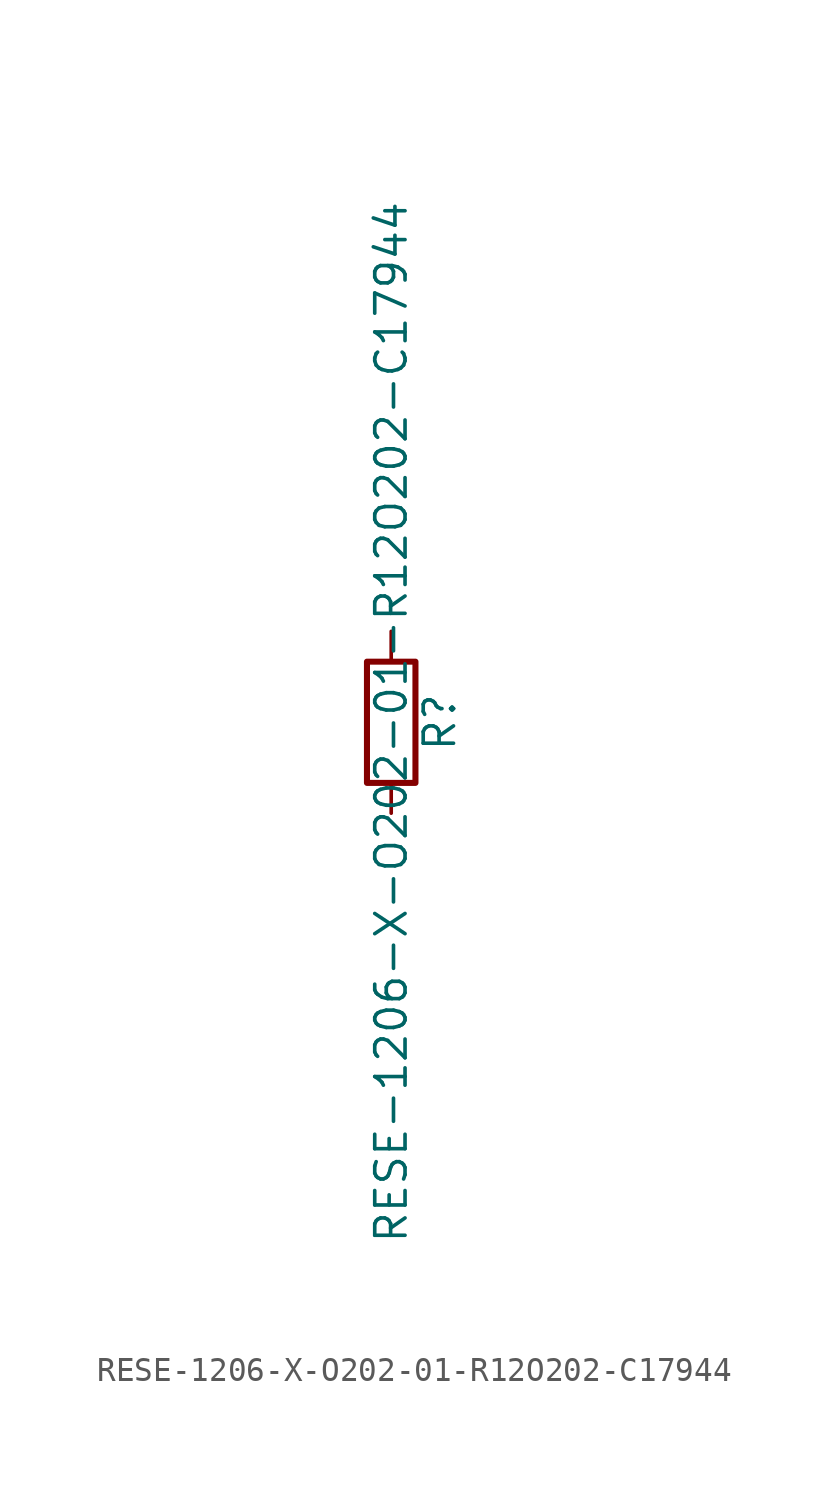
<source format=kicad_sym>
(kicad_symbol_lib
  (version 20211014)
  (generator kicad_symbol_editor)
  (symbol "RESE-1206-X-O202-01-R12O202-C17944"
    (pin_numbers hide)
    (pin_names
      (offset 0))
    (property "Reference" "R"
      (at 2.032 0 90)
      (effects (font (size 1.27 1.27))))
    (property "Value" "RESE-1206-X-O202-01-R12O202-C17944"
      (at 0 0 90)
      (effects (font (size 1.27 1.27))))
    (symbol "RESE-1206-X-O202-01-R12O202-C17944_0_1"
      (rectangle (start -1.016 -2.54) (end 1.016 2.54) (stroke (width 0.254) (type default) (color 0 0 0 0)) (fill (type none))))
    (symbol "RESE-1206-X-O202-01-R12O202-C17944_1_1"
      (pin passive line (at 0 3.81 270) (length 1.27) (name "~" (effects (font (size 1.27 1.27)))) (number "1" (effects (font (size 1.27 1.27)))))
      (pin passive line (at 0 -3.81 90) (length 1.27) (name "~" (effects (font (size 1.27 1.27)))) (number "2" (effects (font (size 1.27 1.27))))))))
</source>
